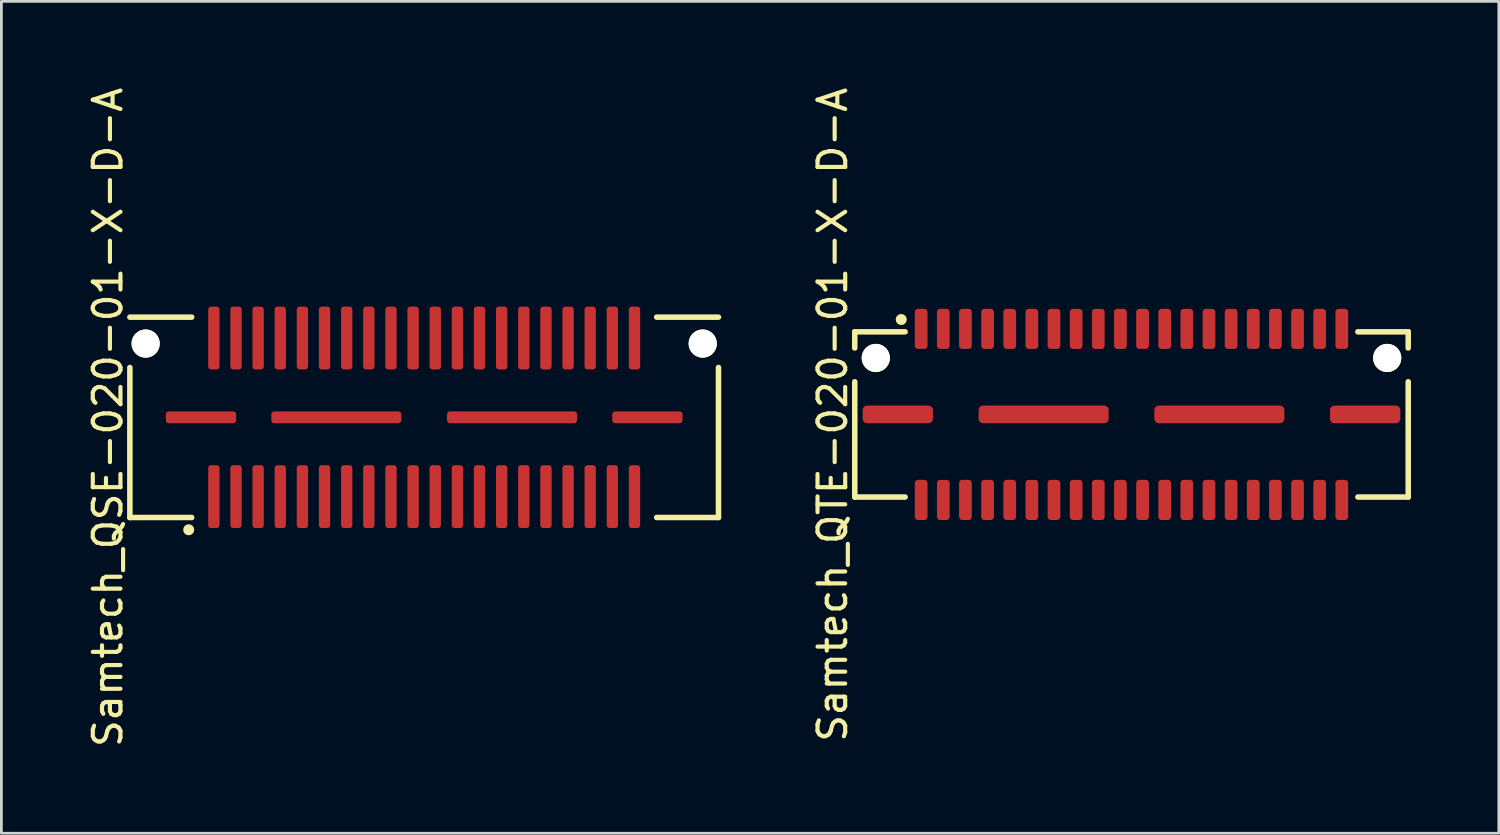
<source format=kicad_pcb>
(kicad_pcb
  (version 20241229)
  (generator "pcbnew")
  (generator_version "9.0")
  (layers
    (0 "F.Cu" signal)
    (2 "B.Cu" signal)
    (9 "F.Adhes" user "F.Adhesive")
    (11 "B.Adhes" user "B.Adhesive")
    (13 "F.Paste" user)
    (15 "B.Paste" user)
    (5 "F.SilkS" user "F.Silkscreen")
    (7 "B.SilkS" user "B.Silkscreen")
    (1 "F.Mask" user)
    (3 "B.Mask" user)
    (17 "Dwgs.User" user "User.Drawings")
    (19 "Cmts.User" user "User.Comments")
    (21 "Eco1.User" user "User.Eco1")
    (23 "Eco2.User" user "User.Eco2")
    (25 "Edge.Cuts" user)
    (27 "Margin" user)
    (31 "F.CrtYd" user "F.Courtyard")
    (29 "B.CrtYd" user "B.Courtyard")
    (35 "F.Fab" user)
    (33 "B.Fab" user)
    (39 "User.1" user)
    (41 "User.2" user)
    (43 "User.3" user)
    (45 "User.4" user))
  (footprint "Samtech_QSE-020-01-X-D-A"
    (layer "F.Cu")
    (at 12.278 12.03)
    (property "Reference" "Samtech_QSE-020-01-X-D-A" (at -11.43 0 90) (layer "F.SilkS") (effects (font (size 1 1) (thickness 0.15))))
    (attr smd)
    (fp_line (start -10.635 -3.62) (end -8.4 -3.62) (stroke (width 0.2) (type solid)) (layer "F.SilkS"))
    (fp_line (start -10.635 3.62) (end -10.635 -1.8) (stroke (width 0.2) (type solid)) (layer "F.SilkS"))
    (fp_line (start -8.4 3.62) (end -10.635 3.62) (stroke (width 0.2) (type solid)) (layer "F.SilkS"))
    (fp_line (start 8.4 3.62) (end 10.635 3.62) (stroke (width 0.2) (type solid)) (layer "F.SilkS"))
    (fp_line (start 10.635 -3.62) (end 8.4 -3.62) (stroke (width 0.2) (type solid)) (layer "F.SilkS"))
    (fp_line (start 10.635 3.62) (end 10.635 -1.8) (stroke (width 0.2) (type solid)) (layer "F.SilkS"))
    (fp_circle (center -8.509 4.064) (end -8.409 4.064) (stroke (width 0.2) (type solid)) (fill no) (layer "F.SilkS"))
    (fp_line (start -10.885 -4.25) (end -10.885 4.25) (stroke (width 0.05) (type solid)) (layer "Eco1.User"))
    (fp_line (start -10.885 4.25) (end 10.885 4.25) (stroke (width 0.05) (type solid)) (layer "Eco1.User"))
    (fp_line (start 10.885 -4.25) (end -10.885 -4.25) (stroke (width 0.05) (type solid)) (layer "Eco1.User"))
    (fp_line (start 10.885 4.25) (end 10.885 -4.25) (stroke (width 0.05) (type solid)) (layer "Eco1.User"))
    (fp_line (start -10.635 -3.62) (end 10.635 -3.62) (stroke (width 0.1) (type solid)) (layer "Eco2.User"))
    (fp_line (start -10.635 3.62) (end -10.635 -3.62) (stroke (width 0.1) (type solid)) (layer "Eco2.User"))
    (fp_line (start 10.635 -3.62) (end 10.635 3.62) (stroke (width 0.1) (type solid)) (layer "Eco2.User"))
    (fp_line (start 10.635 3.62) (end -10.635 3.62) (stroke (width 0.1) (type solid)) (layer "Eco2.User"))
    (pad "" np_thru_hole circle (at -10.065 -2.665) (size 1.02 1.02) (drill 1.02) (layers "*.Cu" "*.Mask" "F.SilkS"))
    (pad "" np_thru_hole circle (at 10.065 -2.665) (size 1.02 1.02) (drill 1.02) (layers "*.Cu" "*.Mask" "F.SilkS"))
    (pad "1" smd roundrect (at -7.6 2.865) (size 0.41 2.27) (layers "F.Cu" "F.Mask" "F.Paste") (roundrect_rratio 0.25))
    (pad "2" smd roundrect (at -7.6 -2.865) (size 0.41 2.27) (layers "F.Cu" "F.Mask" "F.Paste") (roundrect_rratio 0.25))
    (pad "3" smd roundrect (at -6.8 2.865) (size 0.41 2.27) (layers "F.Cu" "F.Mask" "F.Paste") (roundrect_rratio 0.25))
    (pad "4" smd roundrect (at -6.8 -2.865) (size 0.41 2.27) (layers "F.Cu" "F.Mask" "F.Paste") (roundrect_rratio 0.25))
    (pad "5" smd roundrect (at -6 2.865) (size 0.41 2.27) (layers "F.Cu" "F.Mask" "F.Paste") (roundrect_rratio 0.25))
    (pad "6" smd roundrect (at -6 -2.865) (size 0.41 2.27) (layers "F.Cu" "F.Mask" "F.Paste") (roundrect_rratio 0.25))
    (pad "7" smd roundrect (at -5.2 2.865) (size 0.41 2.27) (layers "F.Cu" "F.Mask" "F.Paste") (roundrect_rratio 0.25))
    (pad "8" smd roundrect (at -5.2 -2.865) (size 0.41 2.27) (layers "F.Cu" "F.Mask" "F.Paste") (roundrect_rratio 0.25))
    (pad "9" smd roundrect (at -4.4 2.865) (size 0.41 2.27) (layers "F.Cu" "F.Mask" "F.Paste") (roundrect_rratio 0.25))
    (pad "10" smd roundrect (at -4.4 -2.865) (size 0.41 2.27) (layers "F.Cu" "F.Mask" "F.Paste") (roundrect_rratio 0.25))
    (pad "11" smd roundrect (at -3.6 2.865) (size 0.41 2.27) (layers "F.Cu" "F.Mask" "F.Paste") (roundrect_rratio 0.25))
    (pad "12" smd roundrect (at -3.6 -2.865) (size 0.41 2.27) (layers "F.Cu" "F.Mask" "F.Paste") (roundrect_rratio 0.25))
    (pad "13" smd roundrect (at -2.8 2.865) (size 0.41 2.27) (layers "F.Cu" "F.Mask" "F.Paste") (roundrect_rratio 0.25))
    (pad "14" smd roundrect (at -2.8 -2.865) (size 0.41 2.27) (layers "F.Cu" "F.Mask" "F.Paste") (roundrect_rratio 0.25))
    (pad "15" smd roundrect (at -2 2.865) (size 0.41 2.27) (layers "F.Cu" "F.Mask" "F.Paste") (roundrect_rratio 0.25))
    (pad "16" smd roundrect (at -2 -2.865) (size 0.41 2.27) (layers "F.Cu" "F.Mask" "F.Paste") (roundrect_rratio 0.25))
    (pad "17" smd roundrect (at -1.2 2.865) (size 0.41 2.27) (layers "F.Cu" "F.Mask" "F.Paste") (roundrect_rratio 0.25))
    (pad "18" smd roundrect (at -1.2 -2.865) (size 0.41 2.27) (layers "F.Cu" "F.Mask" "F.Paste") (roundrect_rratio 0.25))
    (pad "19" smd roundrect (at -0.4 2.865) (size 0.41 2.27) (layers "F.Cu" "F.Mask" "F.Paste") (roundrect_rratio 0.25))
    (pad "20" smd roundrect (at -0.4 -2.865) (size 0.41 2.27) (layers "F.Cu" "F.Mask" "F.Paste") (roundrect_rratio 0.25))
    (pad "21" smd roundrect (at 0.4 2.865) (size 0.41 2.27) (layers "F.Cu" "F.Mask" "F.Paste") (roundrect_rratio 0.25))
    (pad "22" smd roundrect (at 0.4 -2.865) (size 0.41 2.27) (layers "F.Cu" "F.Mask" "F.Paste") (roundrect_rratio 0.25))
    (pad "23" smd roundrect (at 1.2 2.865) (size 0.41 2.27) (layers "F.Cu" "F.Mask" "F.Paste") (roundrect_rratio 0.25))
    (pad "24" smd roundrect (at 1.2 -2.865) (size 0.41 2.27) (layers "F.Cu" "F.Mask" "F.Paste") (roundrect_rratio 0.25))
    (pad "25" smd roundrect (at 2 2.865) (size 0.41 2.27) (layers "F.Cu" "F.Mask" "F.Paste") (roundrect_rratio 0.25))
    (pad "26" smd roundrect (at 2 -2.865) (size 0.41 2.27) (layers "F.Cu" "F.Mask" "F.Paste") (roundrect_rratio 0.25))
    (pad "27" smd roundrect (at 2.8 2.865) (size 0.41 2.27) (layers "F.Cu" "F.Mask" "F.Paste") (roundrect_rratio 0.25))
    (pad "28" smd roundrect (at 2.8 -2.865) (size 0.41 2.27) (layers "F.Cu" "F.Mask" "F.Paste") (roundrect_rratio 0.25))
    (pad "29" smd roundrect (at 3.6 2.865) (size 0.41 2.27) (layers "F.Cu" "F.Mask" "F.Paste") (roundrect_rratio 0.25))
    (pad "30" smd roundrect (at 3.6 -2.865) (size 0.41 2.27) (layers "F.Cu" "F.Mask" "F.Paste") (roundrect_rratio 0.25))
    (pad "31" smd roundrect (at 4.4 2.865) (size 0.41 2.27) (layers "F.Cu" "F.Mask" "F.Paste") (roundrect_rratio 0.25))
    (pad "32" smd roundrect (at 4.4 -2.865) (size 0.41 2.27) (layers "F.Cu" "F.Mask" "F.Paste") (roundrect_rratio 0.25))
    (pad "33" smd roundrect (at 5.2 2.865) (size 0.41 2.27) (layers "F.Cu" "F.Mask" "F.Paste") (roundrect_rratio 0.25))
    (pad "34" smd roundrect (at 5.2 -2.865) (size 0.41 2.27) (layers "F.Cu" "F.Mask" "F.Paste") (roundrect_rratio 0.25))
    (pad "35" smd roundrect (at 6 2.865) (size 0.41 2.27) (layers "F.Cu" "F.Mask" "F.Paste") (roundrect_rratio 0.25))
    (pad "36" smd roundrect (at 6 -2.865) (size 0.41 2.27) (layers "F.Cu" "F.Mask" "F.Paste") (roundrect_rratio 0.25))
    (pad "37" smd roundrect (at 6.8 2.865) (size 0.41 2.27) (layers "F.Cu" "F.Mask" "F.Paste") (roundrect_rratio 0.25))
    (pad "38" smd roundrect (at 6.8 -2.865) (size 0.41 2.27) (layers "F.Cu" "F.Mask" "F.Paste") (roundrect_rratio 0.25))
    (pad "39" smd roundrect (at 7.6 2.865) (size 0.41 2.27) (layers "F.Cu" "F.Mask" "F.Paste") (roundrect_rratio 0.25))
    (pad "40" smd roundrect (at 7.6 -2.865) (size 0.41 2.27) (layers "F.Cu" "F.Mask" "F.Paste") (roundrect_rratio 0.25))
    (pad "41" smd roundrect (at -8.065 0) (size 2.54 0.43) (layers "F.Cu" "F.Mask" "F.Paste") (roundrect_rratio 0.25))
    (pad "42" smd roundrect (at -3.175 0) (size 4.7 0.43) (layers "F.Cu" "F.Mask" "F.Paste") (roundrect_rratio 0.25))
    (pad "43" smd roundrect (at 3.175 0) (size 4.7 0.43) (layers "F.Cu" "F.Mask" "F.Paste") (roundrect_rratio 0.25))
    (pad "44" smd roundrect (at 8.065 0) (size 2.54 0.43) (layers "F.Cu" "F.Mask" "F.Paste") (roundrect_rratio 0.25)))
  (footprint "Samtech_QTE-020-01-X-D-A"
    (layer "F.Cu")
    (at 37.837 11.925)
    (property "Reference" "Samtech_QTE-020-01-X-D-A" (at -10.8 0.01 90) (layer "F.SilkS") (effects (font (size 1 1) (thickness 0.15))))
    (attr smd)
    (fp_line (start -10 -2.985) (end -10 -2.4) (stroke (width 0.2) (type solid)) (layer "F.SilkS"))
    (fp_line (start -10 -1.18) (end -10 2.985) (stroke (width 0.2) (type solid)) (layer "F.SilkS"))
    (fp_line (start -10 2.985) (end -8.18 2.985) (stroke (width 0.2) (type solid)) (layer "F.SilkS"))
    (fp_line (start -8.18 -2.985) (end -10 -2.985) (stroke (width 0.2) (type solid)) (layer "F.SilkS"))
    (fp_line (start 10 -2.985) (end 8.18 -2.985) (stroke (width 0.2) (type solid)) (layer "F.SilkS"))
    (fp_line (start 10 -2.985) (end 10 -2.4) (stroke (width 0.2) (type solid)) (layer "F.SilkS"))
    (fp_line (start 10 -1.18) (end 10 2.985) (stroke (width 0.2) (type solid)) (layer "F.SilkS"))
    (fp_line (start 10 2.985) (end 8.18 2.985) (stroke (width 0.2) (type solid)) (layer "F.SilkS"))
    (fp_circle (center -8.32 -3.429) (end -8.22 -3.429) (stroke (width 0.2) (type solid)) (fill no) (layer "F.SilkS"))
    (fp_line (start -10.25 -4.065) (end 10.25 -4.065) (stroke (width 0.05) (type solid)) (layer "Eco1.User"))
    (fp_line (start -10.25 4.065) (end -10.25 -4.065) (stroke (width 0.05) (type solid)) (layer "Eco1.User"))
    (fp_line (start 10.25 -4.065) (end 10.25 4.065) (stroke (width 0.05) (type solid)) (layer "Eco1.User"))
    (fp_line (start 10.25 4.065) (end -10.25 4.065) (stroke (width 0.05) (type solid)) (layer "Eco1.User"))
    (fp_line (start -10 -2.985) (end 10 -2.985) (stroke (width 0.1) (type solid)) (layer "Eco2.User"))
    (fp_line (start -10 2.985) (end -10 -2.985) (stroke (width 0.1) (type solid)) (layer "Eco2.User"))
    (fp_line (start 10 -2.985) (end 10 2.985) (stroke (width 0.1) (type solid)) (layer "Eco2.User"))
    (fp_line (start 10 2.985) (end -10 2.985) (stroke (width 0.1) (type solid)) (layer "Eco2.User"))
    (pad "" np_thru_hole circle (at -9.24 -2.04) (size 1.02 1.02) (drill 1.02) (layers "*.Cu" "*.Mask" "F.SilkS"))
    (pad "" np_thru_hole circle (at 9.24 -2.04) (size 1.02 1.02) (drill 1.02) (layers "*.Cu" "*.Mask" "F.SilkS"))
    (pad "1" smd roundrect (at -7.6 -3.09 90) (size 1.45 0.46) (layers "F.Cu" "F.Mask" "F.Paste") (roundrect_rratio 0.25))
    (pad "2" smd roundrect (at -7.6 3.09 90) (size 1.45 0.46) (layers "F.Cu" "F.Mask" "F.Paste") (roundrect_rratio 0.25))
    (pad "3" smd roundrect (at -6.8 -3.09 90) (size 1.45 0.46) (layers "F.Cu" "F.Mask" "F.Paste") (roundrect_rratio 0.25))
    (pad "4" smd roundrect (at -6.8 3.09 90) (size 1.45 0.46) (layers "F.Cu" "F.Mask" "F.Paste") (roundrect_rratio 0.25))
    (pad "5" smd roundrect (at -6 -3.09 90) (size 1.45 0.46) (layers "F.Cu" "F.Mask" "F.Paste") (roundrect_rratio 0.25))
    (pad "6" smd roundrect (at -6 3.09 90) (size 1.45 0.46) (layers "F.Cu" "F.Mask" "F.Paste") (roundrect_rratio 0.25))
    (pad "7" smd roundrect (at -5.2 -3.09 90) (size 1.45 0.46) (layers "F.Cu" "F.Mask" "F.Paste") (roundrect_rratio 0.25))
    (pad "8" smd roundrect (at -5.2 3.09 90) (size 1.45 0.46) (layers "F.Cu" "F.Mask" "F.Paste") (roundrect_rratio 0.25))
    (pad "9" smd roundrect (at -4.4 -3.09 90) (size 1.45 0.46) (layers "F.Cu" "F.Mask" "F.Paste") (roundrect_rratio 0.25))
    (pad "10" smd roundrect (at -4.4 3.09 90) (size 1.45 0.46) (layers "F.Cu" "F.Mask" "F.Paste") (roundrect_rratio 0.25))
    (pad "11" smd roundrect (at -3.6 -3.09 90) (size 1.45 0.46) (layers "F.Cu" "F.Mask" "F.Paste") (roundrect_rratio 0.25))
    (pad "12" smd roundrect (at -3.6 3.09 90) (size 1.45 0.46) (layers "F.Cu" "F.Mask" "F.Paste") (roundrect_rratio 0.25))
    (pad "13" smd roundrect (at -2.8 -3.09 90) (size 1.45 0.46) (layers "F.Cu" "F.Mask" "F.Paste") (roundrect_rratio 0.25))
    (pad "14" smd roundrect (at -2.8 3.09 90) (size 1.45 0.46) (layers "F.Cu" "F.Mask" "F.Paste") (roundrect_rratio 0.25))
    (pad "15" smd roundrect (at -2 -3.09 90) (size 1.45 0.46) (layers "F.Cu" "F.Mask" "F.Paste") (roundrect_rratio 0.25))
    (pad "16" smd roundrect (at -2 3.09 90) (size 1.45 0.46) (layers "F.Cu" "F.Mask" "F.Paste") (roundrect_rratio 0.25))
    (pad "17" smd roundrect (at -1.2 -3.09 90) (size 1.45 0.46) (layers "F.Cu" "F.Mask" "F.Paste") (roundrect_rratio 0.25))
    (pad "18" smd roundrect (at -1.2 3.09 90) (size 1.45 0.46) (layers "F.Cu" "F.Mask" "F.Paste") (roundrect_rratio 0.25))
    (pad "19" smd roundrect (at -0.4 -3.09 90) (size 1.45 0.46) (layers "F.Cu" "F.Mask" "F.Paste") (roundrect_rratio 0.25))
    (pad "20" smd roundrect (at -0.4 3.09 90) (size 1.45 0.46) (layers "F.Cu" "F.Mask" "F.Paste") (roundrect_rratio 0.25))
    (pad "21" smd roundrect (at 0.4 -3.09 90) (size 1.45 0.46) (layers "F.Cu" "F.Mask" "F.Paste") (roundrect_rratio 0.25))
    (pad "22" smd roundrect (at 0.4 3.09 90) (size 1.45 0.46) (layers "F.Cu" "F.Mask" "F.Paste") (roundrect_rratio 0.25))
    (pad "23" smd roundrect (at 1.2 -3.09 90) (size 1.45 0.46) (layers "F.Cu" "F.Mask" "F.Paste") (roundrect_rratio 0.25))
    (pad "24" smd roundrect (at 1.2 3.09 90) (size 1.45 0.46) (layers "F.Cu" "F.Mask" "F.Paste") (roundrect_rratio 0.25))
    (pad "25" smd roundrect (at 2 -3.09 90) (size 1.45 0.46) (layers "F.Cu" "F.Mask" "F.Paste") (roundrect_rratio 0.25))
    (pad "26" smd roundrect (at 2 3.09 90) (size 1.45 0.46) (layers "F.Cu" "F.Mask" "F.Paste") (roundrect_rratio 0.25))
    (pad "27" smd roundrect (at 2.8 -3.09 90) (size 1.45 0.46) (layers "F.Cu" "F.Mask" "F.Paste") (roundrect_rratio 0.25))
    (pad "28" smd roundrect (at 2.8 3.09 90) (size 1.45 0.46) (layers "F.Cu" "F.Mask" "F.Paste") (roundrect_rratio 0.25))
    (pad "29" smd roundrect (at 3.6 -3.09 90) (size 1.45 0.46) (layers "F.Cu" "F.Mask" "F.Paste") (roundrect_rratio 0.25))
    (pad "30" smd roundrect (at 3.6 3.09 90) (size 1.45 0.46) (layers "F.Cu" "F.Mask" "F.Paste") (roundrect_rratio 0.25))
    (pad "31" smd roundrect (at 4.4 -3.09 90) (size 1.45 0.46) (layers "F.Cu" "F.Mask" "F.Paste") (roundrect_rratio 0.25))
    (pad "32" smd roundrect (at 4.4 3.09 90) (size 1.45 0.46) (layers "F.Cu" "F.Mask" "F.Paste") (roundrect_rratio 0.25))
    (pad "33" smd roundrect (at 5.2 -3.09 90) (size 1.45 0.46) (layers "F.Cu" "F.Mask" "F.Paste") (roundrect_rratio 0.25))
    (pad "34" smd roundrect (at 5.2 3.09 90) (size 1.45 0.46) (layers "F.Cu" "F.Mask" "F.Paste") (roundrect_rratio 0.25))
    (pad "35" smd roundrect (at 6 -3.09 90) (size 1.45 0.46) (layers "F.Cu" "F.Mask" "F.Paste") (roundrect_rratio 0.25))
    (pad "36" smd roundrect (at 6 3.09 90) (size 1.45 0.46) (layers "F.Cu" "F.Mask" "F.Paste") (roundrect_rratio 0.25))
    (pad "37" smd roundrect (at 6.8 -3.09 90) (size 1.45 0.46) (layers "F.Cu" "F.Mask" "F.Paste") (roundrect_rratio 0.25))
    (pad "38" smd roundrect (at 6.8 3.09 90) (size 1.45 0.46) (layers "F.Cu" "F.Mask" "F.Paste") (roundrect_rratio 0.25))
    (pad "39" smd roundrect (at 7.6 -3.09 90) (size 1.45 0.46) (layers "F.Cu" "F.Mask" "F.Paste") (roundrect_rratio 0.25))
    (pad "40" smd roundrect (at 7.6 3.09 90) (size 1.45 0.46) (layers "F.Cu" "F.Mask" "F.Paste") (roundrect_rratio 0.25))
    (pad "41" smd roundrect (at -8.445 0 180) (size 2.54 0.64) (layers "F.Cu" "F.Mask" "F.Paste") (roundrect_rratio 0.25))
    (pad "42" smd roundrect (at -3.175 0 180) (size 4.7 0.64) (layers "F.Cu" "F.Mask" "F.Paste") (roundrect_rratio 0.25))
    (pad "43" smd roundrect (at 3.175 0 180) (size 4.7 0.64) (layers "F.Cu" "F.Mask" "F.Paste") (roundrect_rratio 0.25))
    (pad "44" smd roundrect (at 8.445 0 180) (size 2.54 0.64) (layers "F.Cu" "F.Mask" "F.Paste") (roundrect_rratio 0.25)))
  (gr_rect
    (start -3 -3)
    (end 51.111 27.06)
    (stroke (width 0.1) (type default))
    (fill no)
    (layer "Edge.Cuts")))
</source>
